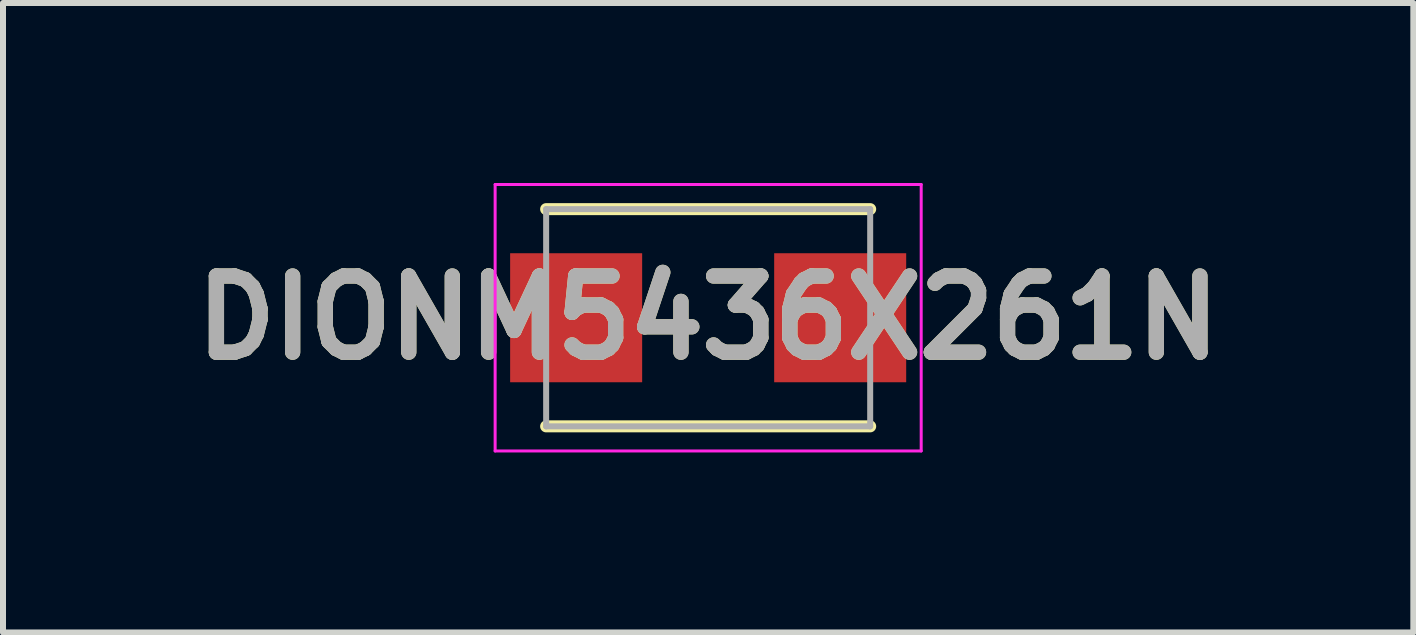
<source format=kicad_pcb>
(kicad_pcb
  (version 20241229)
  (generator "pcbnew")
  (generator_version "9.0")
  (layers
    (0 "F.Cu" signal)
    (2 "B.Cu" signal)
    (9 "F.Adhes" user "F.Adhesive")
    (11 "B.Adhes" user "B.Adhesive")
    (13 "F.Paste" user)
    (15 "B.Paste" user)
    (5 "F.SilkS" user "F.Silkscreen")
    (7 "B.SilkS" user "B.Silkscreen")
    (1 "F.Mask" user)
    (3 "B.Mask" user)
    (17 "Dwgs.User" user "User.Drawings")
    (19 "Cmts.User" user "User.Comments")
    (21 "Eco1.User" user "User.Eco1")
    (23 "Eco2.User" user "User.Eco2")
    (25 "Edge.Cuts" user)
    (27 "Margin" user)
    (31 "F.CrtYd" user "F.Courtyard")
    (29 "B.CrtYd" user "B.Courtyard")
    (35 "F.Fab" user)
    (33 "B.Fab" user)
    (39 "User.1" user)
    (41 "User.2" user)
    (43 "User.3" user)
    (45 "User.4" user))
  (footprint "DIONM5436X261N"
    (layer "F.Cu")
    (at 8.751 2.245)
    (property "Reference" "DIONM5436X261N" (at 0 0 0) (layer "F.SilkS") (effects (font (size 1.27 1.27) (thickness 0.254))))
    (attr smd)
    (fp_line (start -2.7 1.81) (end 2.7 1.81) (stroke (width 0.2) (type solid)) (layer "F.SilkS"))
    (fp_line (start 2.7 -1.81) (end -2.7 -1.81) (stroke (width 0.2) (type solid)) (layer "F.SilkS"))
    (fp_line (start -3.55 -2.22) (end 3.55 -2.22) (stroke (width 0.05) (type solid)) (layer "F.CrtYd"))
    (fp_line (start -3.55 2.22) (end -3.55 -2.22) (stroke (width 0.05) (type solid)) (layer "F.CrtYd"))
    (fp_line (start 3.55 -2.22) (end 3.55 2.22) (stroke (width 0.05) (type solid)) (layer "F.CrtYd"))
    (fp_line (start 3.55 2.22) (end -3.55 2.22) (stroke (width 0.05) (type solid)) (layer "F.CrtYd"))
    (fp_line (start -2.7 -1.81) (end 2.7 -1.81) (stroke (width 0.1) (type solid)) (layer "F.Fab"))
    (fp_line (start -2.7 1.81) (end -2.7 -1.81) (stroke (width 0.1) (type solid)) (layer "F.Fab"))
    (fp_line (start 2.7 -1.81) (end 2.7 1.81) (stroke (width 0.1) (type solid)) (layer "F.Fab"))
    (fp_line (start 2.7 1.81) (end -2.7 1.81) (stroke (width 0.1) (type solid)) (layer "F.Fab"))
    (fp_text user "${REFERENCE}" (at 0 0 0) (layer "F.Fab") (effects (font (size 1.27 1.27) (thickness 0.254))))
    (pad "1" smd rect (at -2.2 0 90) (size 2.15 2.2) (layers "F.Cu" "F.Mask" "F.Paste"))
    (pad "2" smd rect (at 2.2 0 90) (size 2.15 2.2) (layers "F.Cu" "F.Mask" "F.Paste")))
  (gr_rect
    (start -3 -3)
    (end 20.502 7.49)
    (stroke (width 0.1) (type default))
    (fill no)
    (layer "Edge.Cuts")))
</source>
